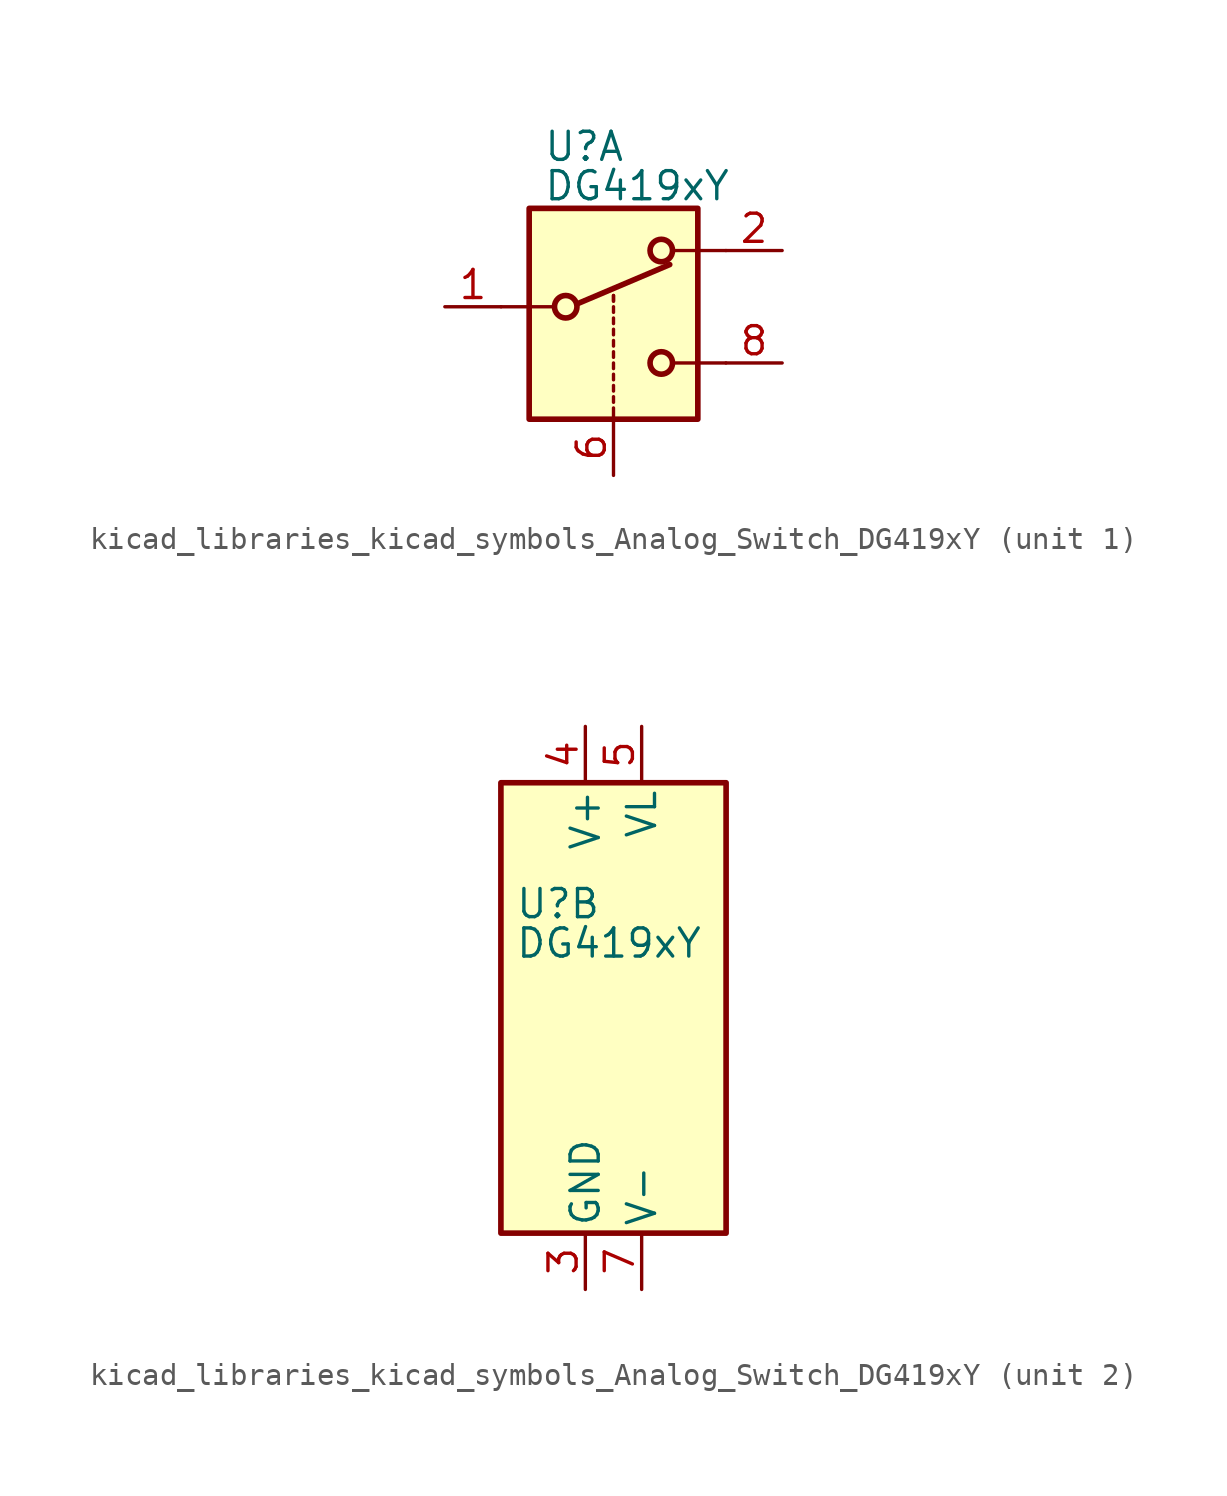
<source format=kicad_sym>
(kicad_symbol_lib
  (version 20220914)
  (generator kicad_symbol_editor)
  (symbol "kicad_libraries_kicad_symbols_Analog_Switch_DG419xY"
    (pin_names
      (offset 0.254))
    (property "Reference" "U"
      (at -3.175 4.699 0)
      (effects (font (size 1.27 1.27)) (justify left)))
    (property "Value" "DG419xY"
      (at -3.175 2.921 0)
      (effects (font (size 1.27 1.27)) (justify left)))
    (symbol "kicad_libraries_kicad_symbols_Analog_Switch_DG419xY_1_1"
      (rectangle (start -3.81 1.905) (end 3.81 -7.62) (stroke (width 0.254) (type default)) (fill (type background)))
      (circle (center -2.159 -2.54) (radius 0.508) (stroke (width 0.254) (type default)) (fill (type none)))
      (polyline (pts (xy -5.08 -2.54) (xy -2.794 -2.54)) (stroke (width 0) (type default)) (fill (type none)))
      (polyline (pts (xy -1.651 -2.413) (xy 2.54 -0.635)) (stroke (width 0.254) (type default)) (fill (type none)))
      (polyline (pts (xy 0 -7.62) (xy 0 -7.112)) (stroke (width 0) (type default)) (fill (type none)))
      (polyline (pts (xy 0 -6.858) (xy 0 -6.604)) (stroke (width 0) (type default)) (fill (type none)))
      (polyline (pts (xy 0 -6.35) (xy 0 -6.096)) (stroke (width 0) (type default)) (fill (type none)))
      (polyline (pts (xy 0 -5.842) (xy 0 -5.588)) (stroke (width 0) (type default)) (fill (type none)))
      (polyline (pts (xy 0 -5.334) (xy 0 -5.08)) (stroke (width 0) (type default)) (fill (type none)))
      (polyline (pts (xy 0 -4.826) (xy 0 -4.572)) (stroke (width 0) (type default)) (fill (type none)))
      (polyline (pts (xy 0 -4.318) (xy 0 -4.064)) (stroke (width 0) (type default)) (fill (type none)))
      (polyline (pts (xy 0 -3.81) (xy 0 -3.556)) (stroke (width 0) (type default)) (fill (type none)))
      (polyline (pts (xy 0 -3.302) (xy 0 -3.048)) (stroke (width 0) (type default)) (fill (type none)))
      (polyline (pts (xy 0 -2.794) (xy 0 -2.54)) (stroke (width 0) (type default)) (fill (type none)))
      (polyline (pts (xy 0 -2.286) (xy 0 -2.032)) (stroke (width 0) (type default)) (fill (type none)))
      (polyline (pts (xy 0 -2.286) (xy 0 -2.032)) (stroke (width 0) (type default)) (fill (type none)))
      (polyline (pts (xy 5.08 -5.08) (xy 2.794 -5.08)) (stroke (width 0) (type default)) (fill (type none)))
      (polyline (pts (xy 5.08 0) (xy 2.794 0)) (stroke (width 0) (type default)) (fill (type none)))
      (circle (center 2.159 -5.08) (radius 0.508) (stroke (width 0.254) (type default)) (fill (type none)))
      (circle (center 2.159 0) (radius 0.508) (stroke (width 0.254) (type default)) (fill (type none)))
      (pin passive line (at -7.62 -2.54 0) (length 2.54) (name "~" (effects (font (size 1.27 1.27)))) (number "1" (effects (font (size 1.27 1.27)))))
      (pin passive line (at 7.62 0 180) (length 2.54) (name "~" (effects (font (size 1.27 1.27)))) (number "2" (effects (font (size 1.27 1.27)))))
      (pin input line (at 0 -10.16 90) (length 2.54) (name "~" (effects (font (size 1.27 1.27)))) (number "6" (effects (font (size 1.27 1.27)))))
      (pin passive line (at 7.62 -5.08 180) (length 2.54) (name "~" (effects (font (size 1.27 1.27)))) (number "8" (effects (font (size 1.27 1.27))))))
    (symbol "kicad_libraries_kicad_symbols_Analog_Switch_DG419xY_2_0"
      (pin power_in line (at 0 -12.7 90) (length 2.54) (name "GND" (effects (font (size 1.27 1.27)))) (number "3" (effects (font (size 1.27 1.27)))))
      (pin power_in line (at 0 12.7 270) (length 2.54) (name "V+" (effects (font (size 1.27 1.27)))) (number "4" (effects (font (size 1.27 1.27)))))
      (pin power_in line (at 2.54 12.7 270) (length 2.54) (name "VL" (effects (font (size 1.27 1.27)))) (number "5" (effects (font (size 1.27 1.27)))))
      (pin power_in line (at 2.54 -12.7 90) (length 2.54) (name "V-" (effects (font (size 1.27 1.27)))) (number "7" (effects (font (size 1.27 1.27))))))
    (symbol "kicad_libraries_kicad_symbols_Analog_Switch_DG419xY_2_1"
      (rectangle (start -3.81 10.16) (end 6.35 -10.16) (stroke (width 0.254) (type default)) (fill (type background))))))
</source>
